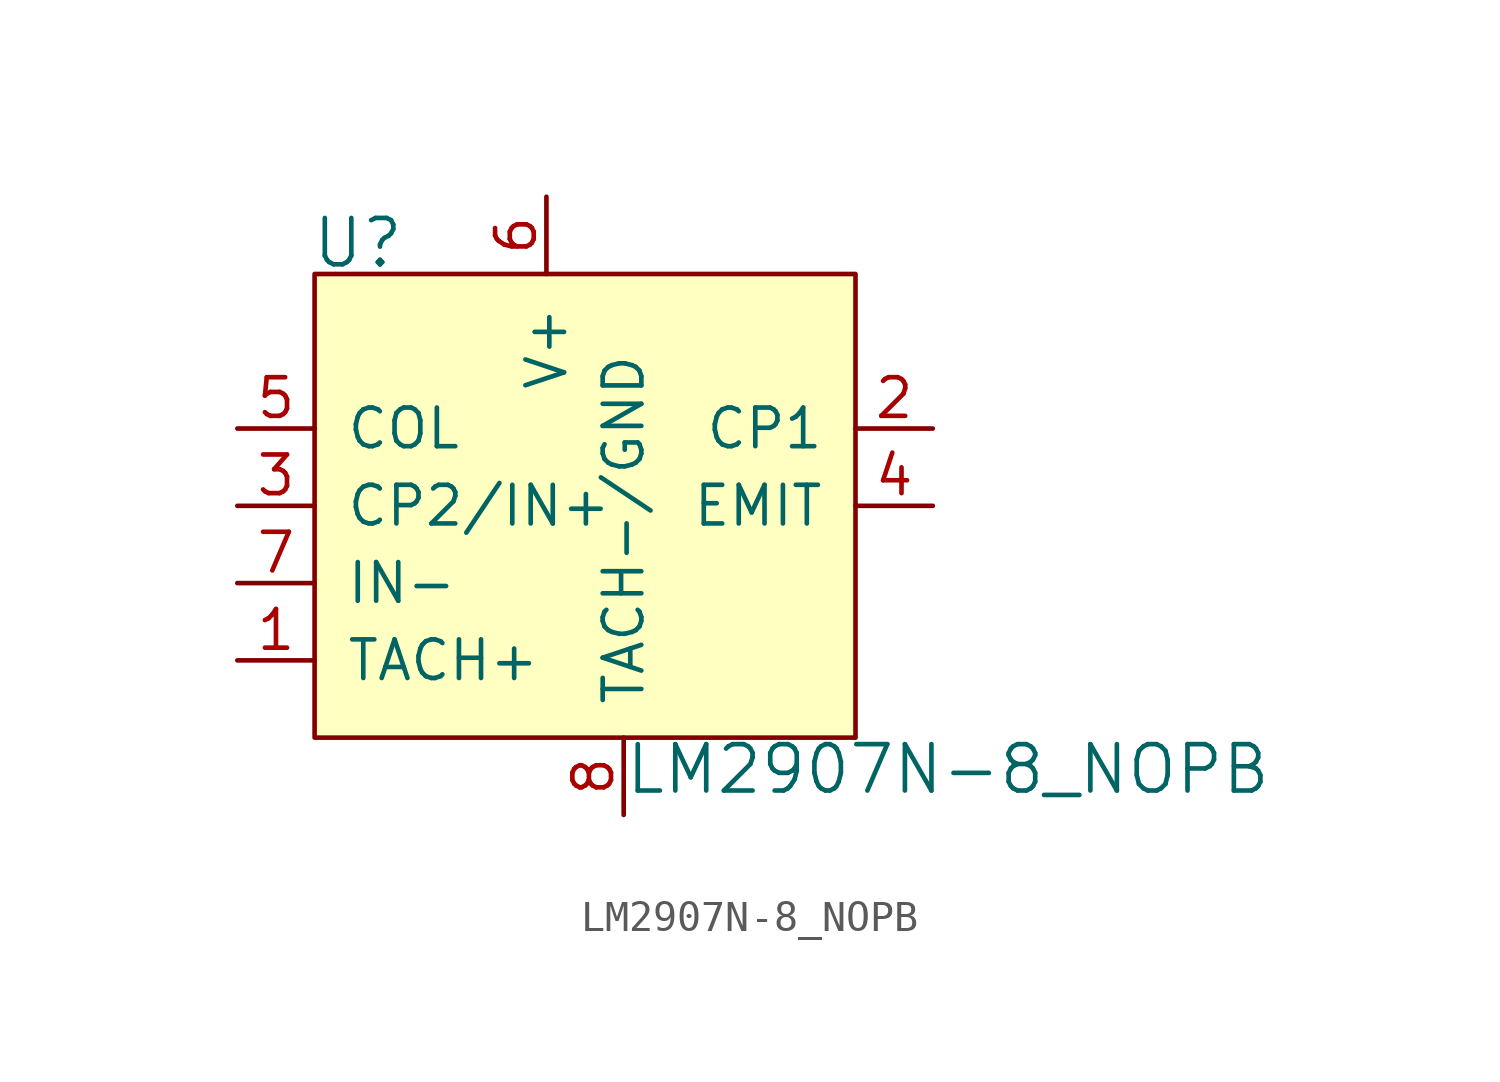
<source format=kicad_sym>
(kicad_symbol_lib
  (version 20231120)
  (generator "kicad_symbol_editor")
  (generator_version "8.0")
  (symbol "LM2907N-8_NOPB"
    (pin_names
      (offset 1.016))
    (property "Reference" "U"
      (at -10.287 1.016 0)
      (effects (font (size 1.524 1.524)) (justify left)))
    (property "Value" "LM2907N-8_NOPB"
      (at 0 -16.281 0)
      (effects (font (size 1.524 1.524)) (justify left)))
    (symbol "LM2907N-8_NOPB_0_1"
      (rectangle (start 7.62 0) (end -10.16 -15.24) (stroke (width 0) (type default)) (fill (type background))))
    (symbol "LM2907N-8_NOPB_1_1"
      (pin input line (at -12.7 -12.7 0) (length 2.54) (name "TACH+" (effects (font (size 1.27 1.27)))) (number "1" (effects (font (size 1.27 1.27)))))
      (pin output line (at 10.16 -5.08 180) (length 2.54) (name "CP1" (effects (font (size 1.27 1.27)))) (number "2" (effects (font (size 1.27 1.27)))))
      (pin bidirectional line (at -12.7 -7.62 0) (length 2.54) (name "CP2/IN+" (effects (font (size 1.27 1.27)))) (number "3" (effects (font (size 1.27 1.27)))))
      (pin output line (at 10.16 -7.62 180) (length 2.54) (name "EMIT" (effects (font (size 1.27 1.27)))) (number "4" (effects (font (size 1.27 1.27)))))
      (pin input line (at -12.7 -5.08 0) (length 2.54) (name "COL" (effects (font (size 1.27 1.27)))) (number "5" (effects (font (size 1.27 1.27)))))
      (pin power_in line (at -2.54 2.54 270) (length 2.54) (name "V+" (effects (font (size 1.27 1.27)))) (number "6" (effects (font (size 1.27 1.27)))))
      (pin input line (at -12.7 -10.16 0) (length 2.54) (name "IN-" (effects (font (size 1.27 1.27)))) (number "7" (effects (font (size 1.27 1.27)))))
      (pin input line (at 0 -17.78 90) (length 2.54) (name "TACH-/GND" (effects (font (size 1.27 1.27)))) (number "8" (effects (font (size 1.27 1.27))))))))
</source>
